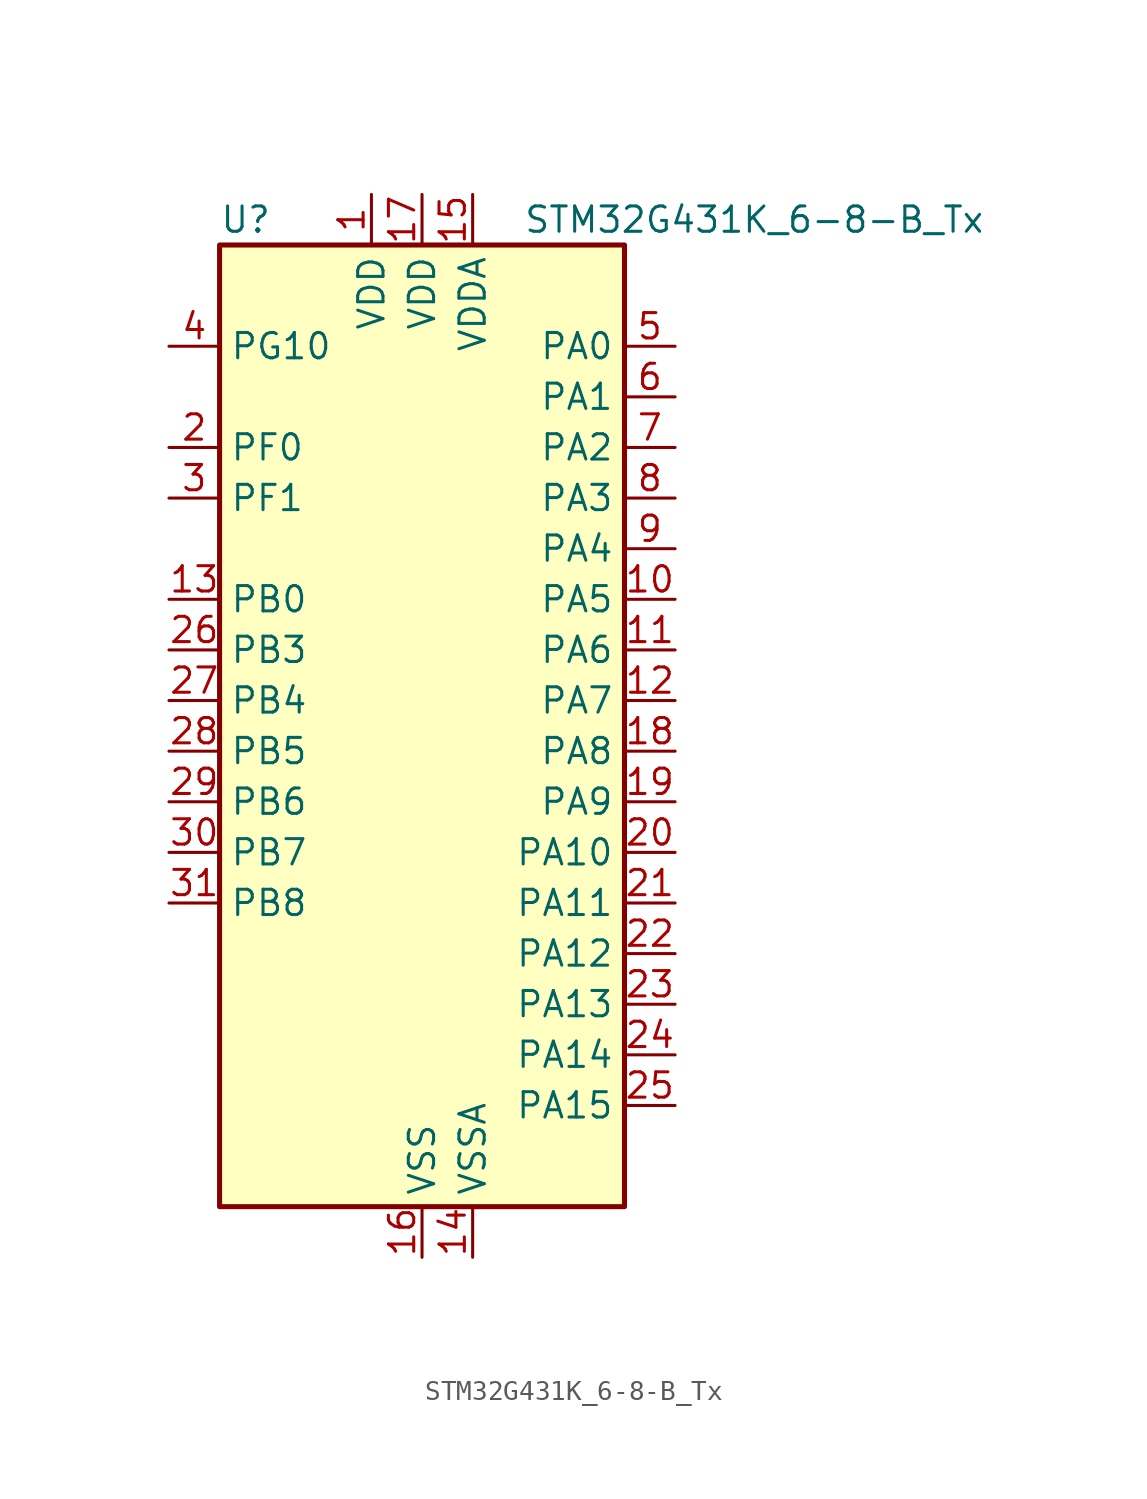
<source format=kicad_sym>
(kicad_symbol_lib
  (version 20241209)
  (generator "kicad_symbol_editor")
  (generator_version "9.0")
  (symbol "STM32G431K_6-8-B_Tx"
    (property "Reference" "U"
      (at -10.16 26.67 0)
      (effects (font (size 1.27 1.27)) (justify left)))
    (property "Value" "STM32G431K_6-8-B_Tx"
      (at 5.08 26.67 0)
      (effects (font (size 1.27 1.27)) (justify left)))
    (symbol "STM32G431K_6-8-B_Tx_0_1"
      (rectangle (start -10.16 -22.86) (end 10.16 25.4) (stroke (width 0.254) (type default)) (fill (type background))))
    (symbol "STM32G431K_6-8-B_Tx_1_1"
      (pin bidirectional line (at -12.7 20.32 0) (length 2.54) (name "PG10" (effects (font (size 1.27 1.27)))) (number "4" (effects (font (size 1.27 1.27)))) (alternate "DAC1_EXTI10" bidirectional line) (alternate "DAC3_EXTI10" bidirectional line) (alternate "RCC_MCO" bidirectional line))
      (pin bidirectional line (at -12.7 15.24 0) (length 2.54) (name "PF0" (effects (font (size 1.27 1.27)))) (number "2" (effects (font (size 1.27 1.27)))) (alternate "ADC1_IN10" bidirectional line) (alternate "I2C2_SDA" bidirectional line) (alternate "I2S2_WS" bidirectional line) (alternate "RCC_OSC_IN" bidirectional line) (alternate "SPI2_NSS" bidirectional line) (alternate "TIM1_CH3N" bidirectional line))
      (pin bidirectional line (at -12.7 12.7 0) (length 2.54) (name "PF1" (effects (font (size 1.27 1.27)))) (number "3" (effects (font (size 1.27 1.27)))) (alternate "ADC2_IN10" bidirectional line) (alternate "COMP3_INM" bidirectional line) (alternate "I2S2_CK" bidirectional line) (alternate "RCC_OSC_OUT" bidirectional line) (alternate "SPI2_SCK" bidirectional line))
      (pin bidirectional line (at -12.7 7.62 0) (length 2.54) (name "PB0" (effects (font (size 1.27 1.27)))) (number "13" (effects (font (size 1.27 1.27)))) (alternate "ADC1_IN15" bidirectional line) (alternate "COMP4_INP" bidirectional line) (alternate "OPAMP2_VINP" bidirectional line) (alternate "OPAMP2_VINP_SEC" bidirectional line) (alternate "OPAMP3_VINP" bidirectional line) (alternate "OPAMP3_VINP_SEC" bidirectional line) (alternate "TIM1_CH2N" bidirectional line) (alternate "TIM3_CH3" bidirectional line) (alternate "TIM8_CH2N" bidirectional line) (alternate "UCPD1_FRSTX1" bidirectional line) (alternate "UCPD1_FRSTX2" bidirectional line))
      (pin bidirectional line (at -12.7 5.08 0) (length 2.54) (name "PB3" (effects (font (size 1.27 1.27)))) (number "26" (effects (font (size 1.27 1.27)))) (alternate "CRS_SYNC" bidirectional line) (alternate "I2S3_CK" bidirectional line) (alternate "SAI1_SCK_B" bidirectional line) (alternate "SPI1_SCK" bidirectional line) (alternate "SPI3_SCK" bidirectional line) (alternate "SYS_JTDO-SWO" bidirectional line) (alternate "TIM2_CH2" bidirectional line) (alternate "TIM3_ETR" bidirectional line) (alternate "TIM4_ETR" bidirectional line) (alternate "TIM8_CH1N" bidirectional line) (alternate "USART2_TX" bidirectional line))
      (pin bidirectional line (at -12.7 2.54 0) (length 2.54) (name "PB4" (effects (font (size 1.27 1.27)))) (number "27" (effects (font (size 1.27 1.27)))) (alternate "SAI1_MCLK_B" bidirectional line) (alternate "SPI1_MISO" bidirectional line) (alternate "SPI3_MISO" bidirectional line) (alternate "SYS_JTRST" bidirectional line) (alternate "TIM16_CH1" bidirectional line) (alternate "TIM17_BKIN" bidirectional line) (alternate "TIM3_CH1" bidirectional line) (alternate "TIM8_CH2N" bidirectional line) (alternate "UCPD1_CC2" bidirectional line) (alternate "USART2_RX" bidirectional line))
      (pin bidirectional line (at -12.7 0 0) (length 2.54) (name "PB5" (effects (font (size 1.27 1.27)))) (number "28" (effects (font (size 1.27 1.27)))) (alternate "I2C1_SMBA" bidirectional line) (alternate "I2C3_SDA" bidirectional line) (alternate "I2S3_SD" bidirectional line) (alternate "LPTIM1_IN1" bidirectional line) (alternate "SAI1_SD_B" bidirectional line) (alternate "SPI1_MOSI" bidirectional line) (alternate "SPI3_MOSI" bidirectional line) (alternate "TIM16_BKIN" bidirectional line) (alternate "TIM17_CH1" bidirectional line) (alternate "TIM3_CH2" bidirectional line) (alternate "TIM8_CH3N" bidirectional line) (alternate "USART2_CK" bidirectional line))
      (pin bidirectional line (at -12.7 -2.54 0) (length 2.54) (name "PB6" (effects (font (size 1.27 1.27)))) (number "29" (effects (font (size 1.27 1.27)))) (alternate "COMP4_OUT" bidirectional line) (alternate "LPTIM1_ETR" bidirectional line) (alternate "SAI1_FS_B" bidirectional line) (alternate "TIM16_CH1N" bidirectional line) (alternate "TIM4_CH1" bidirectional line) (alternate "TIM8_BKIN2" bidirectional line) (alternate "TIM8_CH1" bidirectional line) (alternate "TIM8_ETR" bidirectional line) (alternate "UCPD1_CC1" bidirectional line) (alternate "USART1_TX" bidirectional line))
      (pin bidirectional line (at -12.7 -5.08 0) (length 2.54) (name "PB7" (effects (font (size 1.27 1.27)))) (number "30" (effects (font (size 1.27 1.27)))) (alternate "COMP3_OUT" bidirectional line) (alternate "I2C1_SDA" bidirectional line) (alternate "LPTIM1_IN2" bidirectional line) (alternate "SYS_PVD_IN" bidirectional line) (alternate "TIM17_CH1N" bidirectional line) (alternate "TIM3_CH4" bidirectional line) (alternate "TIM4_CH2" bidirectional line) (alternate "TIM8_BKIN" bidirectional line) (alternate "USART1_RX" bidirectional line))
      (pin bidirectional line (at -12.7 -7.62 0) (length 2.54) (name "PB8" (effects (font (size 1.27 1.27)))) (number "31" (effects (font (size 1.27 1.27)))) (alternate "COMP1_OUT" bidirectional line) (alternate "FDCAN1_RX" bidirectional line) (alternate "I2C1_SCL" bidirectional line) (alternate "SAI1_CK1" bidirectional line) (alternate "SAI1_MCLK_A" bidirectional line) (alternate "TIM16_CH1" bidirectional line) (alternate "TIM1_BKIN" bidirectional line) (alternate "TIM4_CH3" bidirectional line) (alternate "TIM8_CH2" bidirectional line))
      (pin power_in line (at -2.54 27.94 270) (length 2.54) (name "VDD" (effects (font (size 1.27 1.27)))) (number "1" (effects (font (size 1.27 1.27)))))
      (pin power_in line (at 0 27.94 270) (length 2.54) (name "VDD" (effects (font (size 1.27 1.27)))) (number "17" (effects (font (size 1.27 1.27)))))
      (pin power_in line (at 0 -25.4 90) (length 2.54) (name "VSS" (effects (font (size 1.27 1.27)))) (number "16" (effects (font (size 1.27 1.27)))))
      (pin passive line (at 0 -25.4 90) (length 2.54) (hide yes) (name "VSS" (effects (font (size 1.27 1.27)))) (number "32" (effects (font (size 1.27 1.27)))))
      (pin power_in line (at 2.54 27.94 270) (length 2.54) (name "VDDA" (effects (font (size 1.27 1.27)))) (number "15" (effects (font (size 1.27 1.27)))))
      (pin power_in line (at 2.54 -25.4 90) (length 2.54) (name "VSSA" (effects (font (size 1.27 1.27)))) (number "14" (effects (font (size 1.27 1.27)))))
      (pin bidirectional line (at 12.7 20.32 180) (length 2.54) (name "PA0" (effects (font (size 1.27 1.27)))) (number "5" (effects (font (size 1.27 1.27)))) (alternate "ADC1_IN1" bidirectional line) (alternate "ADC2_IN1" bidirectional line) (alternate "COMP1_INM" bidirectional line) (alternate "COMP1_OUT" bidirectional line) (alternate "COMP3_INP" bidirectional line) (alternate "RTC_TAMP2" bidirectional line) (alternate "SYS_WKUP1" bidirectional line) (alternate "TIM2_CH1" bidirectional line) (alternate "TIM2_ETR" bidirectional line) (alternate "TIM8_BKIN" bidirectional line) (alternate "TIM8_ETR" bidirectional line) (alternate "USART2_CTS" bidirectional line) (alternate "USART2_NSS" bidirectional line))
      (pin bidirectional line (at 12.7 17.78 180) (length 2.54) (name "PA1" (effects (font (size 1.27 1.27)))) (number "6" (effects (font (size 1.27 1.27)))) (alternate "ADC1_IN2" bidirectional line) (alternate "ADC2_IN2" bidirectional line) (alternate "COMP1_INP" bidirectional line) (alternate "OPAMP1_VINP" bidirectional line) (alternate "OPAMP1_VINP_SEC" bidirectional line) (alternate "OPAMP3_VINP" bidirectional line) (alternate "OPAMP3_VINP_SEC" bidirectional line) (alternate "RTC_REFIN" bidirectional line) (alternate "TIM15_CH1N" bidirectional line) (alternate "TIM2_CH2" bidirectional line) (alternate "USART2_DE" bidirectional line) (alternate "USART2_RTS" bidirectional line))
      (pin bidirectional line (at 12.7 15.24 180) (length 2.54) (name "PA2" (effects (font (size 1.27 1.27)))) (number "7" (effects (font (size 1.27 1.27)))) (alternate "ADC1_IN3" bidirectional line) (alternate "COMP2_INM" bidirectional line) (alternate "COMP2_OUT" bidirectional line) (alternate "LPUART1_TX" bidirectional line) (alternate "OPAMP1_VOUT" bidirectional line) (alternate "RCC_LSCO" bidirectional line) (alternate "SYS_WKUP4" bidirectional line) (alternate "TIM15_CH1" bidirectional line) (alternate "TIM2_CH3" bidirectional line) (alternate "UCPD1_FRSTX1" bidirectional line) (alternate "UCPD1_FRSTX2" bidirectional line) (alternate "USART2_TX" bidirectional line))
      (pin bidirectional line (at 12.7 12.7 180) (length 2.54) (name "PA3" (effects (font (size 1.27 1.27)))) (number "8" (effects (font (size 1.27 1.27)))) (alternate "ADC1_IN4" bidirectional line) (alternate "COMP2_INP" bidirectional line) (alternate "LPUART1_RX" bidirectional line) (alternate "OPAMP1_VINM" bidirectional line) (alternate "OPAMP1_VINM0" bidirectional line) (alternate "OPAMP1_VINM_SEC" bidirectional line) (alternate "OPAMP1_VINP" bidirectional line) (alternate "OPAMP1_VINP_SEC" bidirectional line) (alternate "SAI1_CK1" bidirectional line) (alternate "SAI1_MCLK_A" bidirectional line) (alternate "TIM15_CH2" bidirectional line) (alternate "TIM2_CH4" bidirectional line) (alternate "USART2_RX" bidirectional line))
      (pin bidirectional line (at 12.7 10.16 180) (length 2.54) (name "PA4" (effects (font (size 1.27 1.27)))) (number "9" (effects (font (size 1.27 1.27)))) (alternate "ADC2_IN17" bidirectional line) (alternate "COMP1_INM" bidirectional line) (alternate "DAC1_OUT1" bidirectional line) (alternate "I2S3_WS" bidirectional line) (alternate "SAI1_FS_B" bidirectional line) (alternate "SPI1_NSS" bidirectional line) (alternate "SPI3_NSS" bidirectional line) (alternate "TIM3_CH2" bidirectional line) (alternate "USART2_CK" bidirectional line))
      (pin bidirectional line (at 12.7 7.62 180) (length 2.54) (name "PA5" (effects (font (size 1.27 1.27)))) (number "10" (effects (font (size 1.27 1.27)))) (alternate "ADC2_IN13" bidirectional line) (alternate "COMP2_INM" bidirectional line) (alternate "DAC1_OUT2" bidirectional line) (alternate "OPAMP2_VINM" bidirectional line) (alternate "OPAMP2_VINM0" bidirectional line) (alternate "OPAMP2_VINM_SEC" bidirectional line) (alternate "SPI1_SCK" bidirectional line) (alternate "TIM2_CH1" bidirectional line) (alternate "TIM2_ETR" bidirectional line) (alternate "UCPD1_FRSTX1" bidirectional line) (alternate "UCPD1_FRSTX2" bidirectional line))
      (pin bidirectional line (at 12.7 5.08 180) (length 2.54) (name "PA6" (effects (font (size 1.27 1.27)))) (number "11" (effects (font (size 1.27 1.27)))) (alternate "ADC2_IN3" bidirectional line) (alternate "COMP1_OUT" bidirectional line) (alternate "LPUART1_CTS" bidirectional line) (alternate "OPAMP2_VOUT" bidirectional line) (alternate "SPI1_MISO" bidirectional line) (alternate "TIM16_CH1" bidirectional line) (alternate "TIM1_BKIN" bidirectional line) (alternate "TIM3_CH1" bidirectional line) (alternate "TIM8_BKIN" bidirectional line))
      (pin bidirectional line (at 12.7 2.54 180) (length 2.54) (name "PA7" (effects (font (size 1.27 1.27)))) (number "12" (effects (font (size 1.27 1.27)))) (alternate "ADC2_IN4" bidirectional line) (alternate "COMP2_INP" bidirectional line) (alternate "COMP2_OUT" bidirectional line) (alternate "OPAMP1_VINP" bidirectional line) (alternate "OPAMP1_VINP_SEC" bidirectional line) (alternate "OPAMP2_VINP" bidirectional line) (alternate "OPAMP2_VINP_SEC" bidirectional line) (alternate "SPI1_MOSI" bidirectional line) (alternate "TIM17_CH1" bidirectional line) (alternate "TIM1_CH1N" bidirectional line) (alternate "TIM3_CH2" bidirectional line) (alternate "TIM8_CH1N" bidirectional line) (alternate "UCPD1_FRSTX1" bidirectional line) (alternate "UCPD1_FRSTX2" bidirectional line))
      (pin bidirectional line (at 12.7 0 180) (length 2.54) (name "PA8" (effects (font (size 1.27 1.27)))) (number "18" (effects (font (size 1.27 1.27)))) (alternate "I2C2_SDA" bidirectional line) (alternate "I2C3_SCL" bidirectional line) (alternate "I2S2_MCK" bidirectional line) (alternate "RCC_MCO" bidirectional line) (alternate "SAI1_CK2" bidirectional line) (alternate "SAI1_SCK_A" bidirectional line) (alternate "TIM1_CH1" bidirectional line) (alternate "TIM4_ETR" bidirectional line) (alternate "USART1_CK" bidirectional line))
      (pin bidirectional line (at 12.7 -2.54 180) (length 2.54) (name "PA9" (effects (font (size 1.27 1.27)))) (number "19" (effects (font (size 1.27 1.27)))) (alternate "DAC1_EXTI9" bidirectional line) (alternate "DAC3_EXTI9" bidirectional line) (alternate "I2C2_SCL" bidirectional line) (alternate "I2C3_SMBA" bidirectional line) (alternate "I2S3_MCK" bidirectional line) (alternate "SAI1_FS_A" bidirectional line) (alternate "TIM15_BKIN" bidirectional line) (alternate "TIM1_CH2" bidirectional line) (alternate "TIM2_CH3" bidirectional line) (alternate "UCPD1_DBCC1" bidirectional line) (alternate "USART1_TX" bidirectional line))
      (pin bidirectional line (at 12.7 -5.08 180) (length 2.54) (name "PA10" (effects (font (size 1.27 1.27)))) (number "20" (effects (font (size 1.27 1.27)))) (alternate "CRS_SYNC" bidirectional line) (alternate "DAC1_EXTI10" bidirectional line) (alternate "DAC3_EXTI10" bidirectional line) (alternate "I2C2_SMBA" bidirectional line) (alternate "SAI1_D1" bidirectional line) (alternate "SAI1_SD_A" bidirectional line) (alternate "SPI2_MISO" bidirectional line) (alternate "TIM17_BKIN" bidirectional line) (alternate "TIM1_CH3" bidirectional line) (alternate "TIM2_CH4" bidirectional line) (alternate "TIM8_BKIN" bidirectional line) (alternate "UCPD1_DBCC2" bidirectional line) (alternate "USART1_RX" bidirectional line))
      (pin bidirectional line (at 12.7 -7.62 180) (length 2.54) (name "PA11" (effects (font (size 1.27 1.27)))) (number "21" (effects (font (size 1.27 1.27)))) (alternate "ADC1_EXTI11" bidirectional line) (alternate "ADC2_EXTI11" bidirectional line) (alternate "COMP1_OUT" bidirectional line) (alternate "FDCAN1_RX" bidirectional line) (alternate "I2S2_SD" bidirectional line) (alternate "SPI2_MOSI" bidirectional line) (alternate "TIM1_BKIN2" bidirectional line) (alternate "TIM1_CH1N" bidirectional line) (alternate "TIM1_CH4" bidirectional line) (alternate "TIM4_CH1" bidirectional line) (alternate "USART1_CTS" bidirectional line) (alternate "USART1_NSS" bidirectional line) (alternate "USB_DM" bidirectional line))
      (pin bidirectional line (at 12.7 -10.16 180) (length 2.54) (name "PA12" (effects (font (size 1.27 1.27)))) (number "22" (effects (font (size 1.27 1.27)))) (alternate "COMP2_OUT" bidirectional line) (alternate "FDCAN1_TX" bidirectional line) (alternate "I2S_CKIN" bidirectional line) (alternate "TIM16_CH1" bidirectional line) (alternate "TIM1_CH2N" bidirectional line) (alternate "TIM1_ETR" bidirectional line) (alternate "TIM4_CH2" bidirectional line) (alternate "USART1_DE" bidirectional line) (alternate "USART1_RTS" bidirectional line) (alternate "USB_DP" bidirectional line))
      (pin bidirectional line (at 12.7 -12.7 180) (length 2.54) (name "PA13" (effects (font (size 1.27 1.27)))) (number "23" (effects (font (size 1.27 1.27)))) (alternate "I2C1_SCL" bidirectional line) (alternate "IR_OUT" bidirectional line) (alternate "SAI1_SD_B" bidirectional line) (alternate "SYS_JTMS-SWDIO" bidirectional line) (alternate "TIM16_CH1N" bidirectional line) (alternate "TIM4_CH3" bidirectional line))
      (pin bidirectional line (at 12.7 -15.24 180) (length 2.54) (name "PA14" (effects (font (size 1.27 1.27)))) (number "24" (effects (font (size 1.27 1.27)))) (alternate "I2C1_SDA" bidirectional line) (alternate "LPTIM1_OUT" bidirectional line) (alternate "SAI1_FS_B" bidirectional line) (alternate "SYS_JTCK-SWCLK" bidirectional line) (alternate "TIM1_BKIN" bidirectional line) (alternate "TIM8_CH2" bidirectional line) (alternate "USART2_TX" bidirectional line))
      (pin bidirectional line (at 12.7 -17.78 180) (length 2.54) (name "PA15" (effects (font (size 1.27 1.27)))) (number "25" (effects (font (size 1.27 1.27)))) (alternate "ADC1_EXTI15" bidirectional line) (alternate "ADC2_EXTI15" bidirectional line) (alternate "I2C1_SCL" bidirectional line) (alternate "I2S3_WS" bidirectional line) (alternate "SPI1_NSS" bidirectional line) (alternate "SPI3_NSS" bidirectional line) (alternate "SYS_JTDI" bidirectional line) (alternate "TIM1_BKIN" bidirectional line) (alternate "TIM2_CH1" bidirectional line) (alternate "TIM2_ETR" bidirectional line) (alternate "TIM8_CH1" bidirectional line) (alternate "USART2_RX" bidirectional line)))))
</source>
